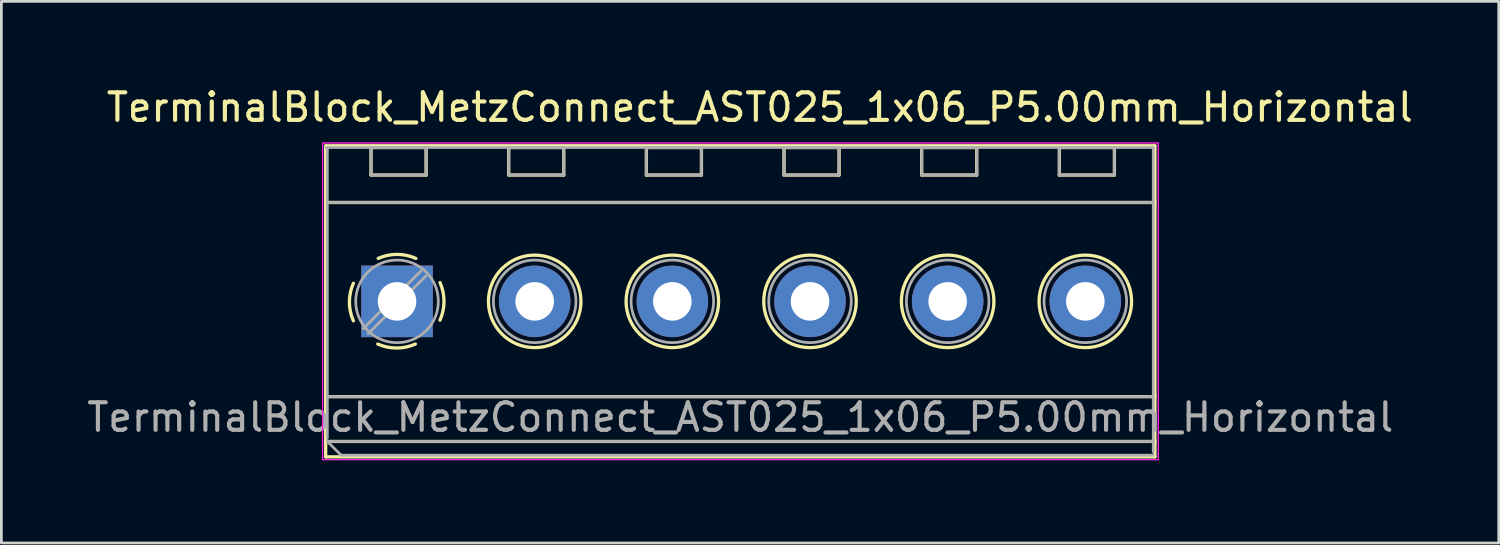
<source format=kicad_pcb>
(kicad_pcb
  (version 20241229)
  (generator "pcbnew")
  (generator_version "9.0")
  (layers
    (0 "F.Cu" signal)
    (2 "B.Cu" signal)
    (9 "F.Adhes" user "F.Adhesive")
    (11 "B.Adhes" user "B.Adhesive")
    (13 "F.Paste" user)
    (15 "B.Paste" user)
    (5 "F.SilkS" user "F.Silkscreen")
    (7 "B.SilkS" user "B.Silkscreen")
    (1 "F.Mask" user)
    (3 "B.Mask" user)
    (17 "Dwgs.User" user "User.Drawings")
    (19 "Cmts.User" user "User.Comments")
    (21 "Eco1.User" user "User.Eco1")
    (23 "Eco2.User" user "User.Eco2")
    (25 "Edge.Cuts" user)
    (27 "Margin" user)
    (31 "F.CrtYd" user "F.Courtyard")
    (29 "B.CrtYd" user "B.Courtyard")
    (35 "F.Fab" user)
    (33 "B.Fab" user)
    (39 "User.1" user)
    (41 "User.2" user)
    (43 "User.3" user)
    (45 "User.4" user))
  (footprint "TerminalBlock_MetzConnect_AST025_1x06_P5.00mm_Horizontal"
    (layer "F.Cu")
    (at 11.371 7.896)
    (property "Reference" "TerminalBlock_MetzConnect_AST025_1x06_P5.00mm_Horizontal" (at 13.176 -7.048 0) (layer "F.SilkS") (effects (font (size 1 1) (thickness 0.15))))
    (attr through_hole)
    (fp_line (start -2.592 -5.651) (end -2.592 5.648) (stroke (width 0.12) (type solid)) (layer "F.SilkS"))
    (fp_line (start -2.592 -3.592) (end 27.528 -3.592) (stroke (width 0.12) (type solid)) (layer "F.SilkS"))
    (fp_line (start -2.592 3.461) (end 27.528 3.461) (stroke (width 0.12) (type solid)) (layer "F.SilkS"))
    (fp_line (start -2.592 5.088) (end 27.528 5.088) (stroke (width 0.12) (type solid)) (layer "F.SilkS"))
    (fp_line (start -2.592 5.648) (end 27.528 5.648) (stroke (width 0.12) (type solid)) (layer "F.SilkS"))
    (fp_line (start -2.575 -5.651) (end 27.528 -5.651) (stroke (width 0.12) (type solid)) (layer "F.SilkS"))
    (fp_line (start -0.944 -5.588) (end -0.944 -4.588) (stroke (width 0.12) (type solid)) (layer "F.SilkS"))
    (fp_line (start -0.944 -5.588) (end 1.056 -5.588) (stroke (width 0.12) (type solid)) (layer "F.SilkS"))
    (fp_line (start -0.944 -4.588) (end 1.056 -4.588) (stroke (width 0.12) (type solid)) (layer "F.SilkS"))
    (fp_line (start 1.056 -5.588) (end 1.056 -4.588) (stroke (width 0.12) (type solid)) (layer "F.SilkS"))
    (fp_line (start 4.056 -5.588) (end 4.056 -4.588) (stroke (width 0.12) (type solid)) (layer "F.SilkS"))
    (fp_line (start 4.056 -5.588) (end 6.056 -5.588) (stroke (width 0.12) (type solid)) (layer "F.SilkS"))
    (fp_line (start 4.056 -4.588) (end 6.056 -4.588) (stroke (width 0.12) (type solid)) (layer "F.SilkS"))
    (fp_line (start 6.056 -5.588) (end 6.056 -4.588) (stroke (width 0.12) (type solid)) (layer "F.SilkS"))
    (fp_line (start 9.056 -5.588) (end 9.056 -4.588) (stroke (width 0.12) (type solid)) (layer "F.SilkS"))
    (fp_line (start 9.056 -5.588) (end 11.056 -5.588) (stroke (width 0.12) (type solid)) (layer "F.SilkS"))
    (fp_line (start 9.056 -4.588) (end 11.056 -4.588) (stroke (width 0.12) (type solid)) (layer "F.SilkS"))
    (fp_line (start 11.056 -5.588) (end 11.056 -4.588) (stroke (width 0.12) (type solid)) (layer "F.SilkS"))
    (fp_line (start 14.056 -5.588) (end 14.056 -4.588) (stroke (width 0.12) (type solid)) (layer "F.SilkS"))
    (fp_line (start 14.056 -5.588) (end 16.056 -5.588) (stroke (width 0.12) (type solid)) (layer "F.SilkS"))
    (fp_line (start 14.056 -4.588) (end 16.056 -4.588) (stroke (width 0.12) (type solid)) (layer "F.SilkS"))
    (fp_line (start 16.056 -5.588) (end 16.056 -4.588) (stroke (width 0.12) (type solid)) (layer "F.SilkS"))
    (fp_line (start 19.056 -5.588) (end 19.056 -4.588) (stroke (width 0.12) (type solid)) (layer "F.SilkS"))
    (fp_line (start 19.056 -5.588) (end 21.056 -5.588) (stroke (width 0.12) (type solid)) (layer "F.SilkS"))
    (fp_line (start 19.056 -4.588) (end 21.056 -4.588) (stroke (width 0.12) (type solid)) (layer "F.SilkS"))
    (fp_line (start 21.056 -5.588) (end 21.056 -4.588) (stroke (width 0.12) (type solid)) (layer "F.SilkS"))
    (fp_line (start 24.056 -5.588) (end 24.056 -4.588) (stroke (width 0.12) (type solid)) (layer "F.SilkS"))
    (fp_line (start 24.056 -5.588) (end 26.056 -5.588) (stroke (width 0.12) (type solid)) (layer "F.SilkS"))
    (fp_line (start 24.056 -4.588) (end 26.056 -4.588) (stroke (width 0.12) (type solid)) (layer "F.SilkS"))
    (fp_line (start 26.056 -5.588) (end 26.056 -4.588) (stroke (width 0.12) (type solid)) (layer "F.SilkS"))
    (fp_line (start 27.528 -5.651) (end 27.528 5.648) (stroke (width 0.12) (type solid)) (layer "F.SilkS"))
    (fp_arc (start -1.58542 0.708041) (mid -1.730494 0.024475) (end -1.584993 -0.659001) (stroke (width 0.12) (type solid)) (layer "F.SilkS"))
    (fp_arc (start -0.683041 -1.56042) (mid 0.000525 -1.705494) (end 0.684001 -1.559993) (stroke (width 0.12) (type solid)) (layer "F.SilkS"))
    (fp_arc (start 0.667042 1.550427) (mid -0.016524 1.695501) (end -0.7 1.55) (stroke (width 0.12) (type solid)) (layer "F.SilkS"))
    (fp_arc (start 1.560427 -0.683042) (mid 1.705501 0.000524) (end 1.56 0.684) (stroke (width 0.12) (type solid)) (layer "F.SilkS"))
    (fp_circle (center 5 0) (end 6.68 0) (stroke (width 0.12) (type solid)) (fill no) (layer "F.SilkS"))
    (fp_circle (center 10 0) (end 11.68 0) (stroke (width 0.12) (type solid)) (fill no) (layer "F.SilkS"))
    (fp_circle (center 15 0) (end 16.68 0) (stroke (width 0.12) (type solid)) (fill no) (layer "F.SilkS"))
    (fp_circle (center 20 0) (end 21.68 0) (stroke (width 0.12) (type solid)) (fill no) (layer "F.SilkS"))
    (fp_circle (center 25 0) (end 26.68 0) (stroke (width 0.12) (type solid)) (fill no) (layer "F.SilkS"))
    (fp_rect (start -2.703 -5.753) (end 27.65 5.75) (stroke (width 0.05) (type default)) (fill no) (layer "F.CrtYd"))
    (fp_line (start -2.575 -5.588) (end 27.475 -5.588) (stroke (width 0.1) (type solid)) (layer "F.Fab"))
    (fp_line (start -2.532 -3.591) (end 27.468 -3.591) (stroke (width 0.1) (type solid)) (layer "F.Fab"))
    (fp_line (start -2.532 3.461) (end 27.468 3.461) (stroke (width 0.1) (type solid)) (layer "F.Fab"))
    (fp_line (start -2.532 4.961) (end -2.532 -5.575) (stroke (width 0.1) (type solid)) (layer "F.Fab"))
    (fp_line (start -2.532 5.088) (end 27.468 5.088) (stroke (width 0.1) (type solid)) (layer "F.Fab"))
    (fp_line (start -2.032 5.588) (end -2.532 5.088) (stroke (width 0.1) (type solid)) (layer "F.Fab"))
    (fp_line (start -0.944 -5.588) (end -0.944 -4.588) (stroke (width 0.1) (type solid)) (layer "F.Fab"))
    (fp_line (start -0.944 -4.588) (end 1.056 -4.588) (stroke (width 0.1) (type solid)) (layer "F.Fab"))
    (fp_line (start 0.864 -1.103) (end -1.23 0.991) (stroke (width 0.1) (type solid)) (layer "F.Fab"))
    (fp_line (start 1.046 -0.919) (end -1.046 1.173) (stroke (width 0.1) (type solid)) (layer "F.Fab"))
    (fp_line (start 1.056 -5.588) (end -0.944 -5.588) (stroke (width 0.1) (type solid)) (layer "F.Fab"))
    (fp_line (start 1.056 -4.588) (end 1.056 -5.588) (stroke (width 0.1) (type solid)) (layer "F.Fab"))
    (fp_line (start 4.056 -5.588) (end 4.056 -4.588) (stroke (width 0.1) (type solid)) (layer "F.Fab"))
    (fp_line (start 4.056 -4.588) (end 6.056 -4.588) (stroke (width 0.1) (type solid)) (layer "F.Fab"))
    (fp_line (start 6.056 -5.588) (end 4.056 -5.588) (stroke (width 0.1) (type solid)) (layer "F.Fab"))
    (fp_line (start 6.056 -4.588) (end 6.056 -5.588) (stroke (width 0.1) (type solid)) (layer "F.Fab"))
    (fp_line (start 9.056 -5.588) (end 9.056 -4.588) (stroke (width 0.1) (type solid)) (layer "F.Fab"))
    (fp_line (start 9.056 -4.588) (end 11.056 -4.588) (stroke (width 0.1) (type solid)) (layer "F.Fab"))
    (fp_line (start 11.056 -5.588) (end 9.056 -5.588) (stroke (width 0.1) (type solid)) (layer "F.Fab"))
    (fp_line (start 11.056 -4.588) (end 11.056 -5.588) (stroke (width 0.1) (type solid)) (layer "F.Fab"))
    (fp_line (start 14.056 -5.588) (end 14.056 -4.588) (stroke (width 0.1) (type solid)) (layer "F.Fab"))
    (fp_line (start 14.056 -4.588) (end 16.056 -4.588) (stroke (width 0.1) (type solid)) (layer "F.Fab"))
    (fp_line (start 16.056 -5.588) (end 14.056 -5.588) (stroke (width 0.1) (type solid)) (layer "F.Fab"))
    (fp_line (start 16.056 -4.588) (end 16.056 -5.588) (stroke (width 0.1) (type solid)) (layer "F.Fab"))
    (fp_line (start 19.056 -5.588) (end 19.056 -4.588) (stroke (width 0.1) (type solid)) (layer "F.Fab"))
    (fp_line (start 19.056 -4.588) (end 21.056 -4.588) (stroke (width 0.1) (type solid)) (layer "F.Fab"))
    (fp_line (start 21.056 -5.588) (end 19.056 -5.588) (stroke (width 0.1) (type solid)) (layer "F.Fab"))
    (fp_line (start 21.056 -4.588) (end 21.056 -5.588) (stroke (width 0.1) (type solid)) (layer "F.Fab"))
    (fp_line (start 24.056 -5.588) (end 24.056 -4.588) (stroke (width 0.1) (type solid)) (layer "F.Fab"))
    (fp_line (start 24.056 -4.588) (end 26.056 -4.588) (stroke (width 0.1) (type solid)) (layer "F.Fab"))
    (fp_line (start 26.056 -5.588) (end 24.056 -5.588) (stroke (width 0.1) (type solid)) (layer "F.Fab"))
    (fp_line (start 26.056 -4.588) (end 26.056 -5.588) (stroke (width 0.1) (type solid)) (layer "F.Fab"))
    (fp_line (start 27.468 -5.55) (end 27.468 5.461) (stroke (width 0.1) (type solid)) (layer "F.Fab"))
    (fp_line (start 27.468 5.588) (end -2.032 5.588) (stroke (width 0.1) (type solid)) (layer "F.Fab"))
    (fp_circle (center 0 0) (end 1.5 0) (stroke (width 0.1) (type solid)) (fill no) (layer "F.Fab"))
    (fp_circle (center 5 0) (end 6.5 0) (stroke (width 0.1) (type solid)) (fill no) (layer "F.Fab"))
    (fp_circle (center 10 0) (end 11.5 0) (stroke (width 0.1) (type solid)) (fill no) (layer "F.Fab"))
    (fp_circle (center 15 0) (end 16.5 0) (stroke (width 0.1) (type solid)) (fill no) (layer "F.Fab"))
    (fp_circle (center 20 0) (end 21.5 0) (stroke (width 0.1) (type solid)) (fill no) (layer "F.Fab"))
    (fp_circle (center 25 0) (end 26.5 0) (stroke (width 0.1) (type solid)) (fill no) (layer "F.Fab"))
    (fp_text user "${REFERENCE}" (at 12.468 4.211 0) (layer "F.Fab") (effects (font (size 1 1) (thickness 0.15))))
    (pad "1" thru_hole rect (at 0 0) (size 2.6 2.6) (drill 1.4) (layers "*.Cu" "*.Mask"))
    (pad "2" thru_hole circle (at 5 0) (size 2.6 2.6) (drill 1.4) (layers "*.Cu" "*.Mask"))
    (pad "3" thru_hole circle (at 10 0) (size 2.6 2.6) (drill 1.4) (layers "*.Cu" "*.Mask"))
    (pad "4" thru_hole circle (at 15 0) (size 2.6 2.6) (drill 1.4) (layers "*.Cu" "*.Mask"))
    (pad "5" thru_hole circle (at 20 0) (size 2.6 2.6) (drill 1.4) (layers "*.Cu" "*.Mask"))
    (pad "6" thru_hole circle (at 25 0) (size 2.6 2.6) (drill 1.4) (layers "*.Cu" "*.Mask")))
  (gr_rect
    (start -3 -3)
    (end 51.387 16.671)
    (stroke (width 0.1) (type default))
    (fill no)
    (layer "Edge.Cuts")))
</source>
